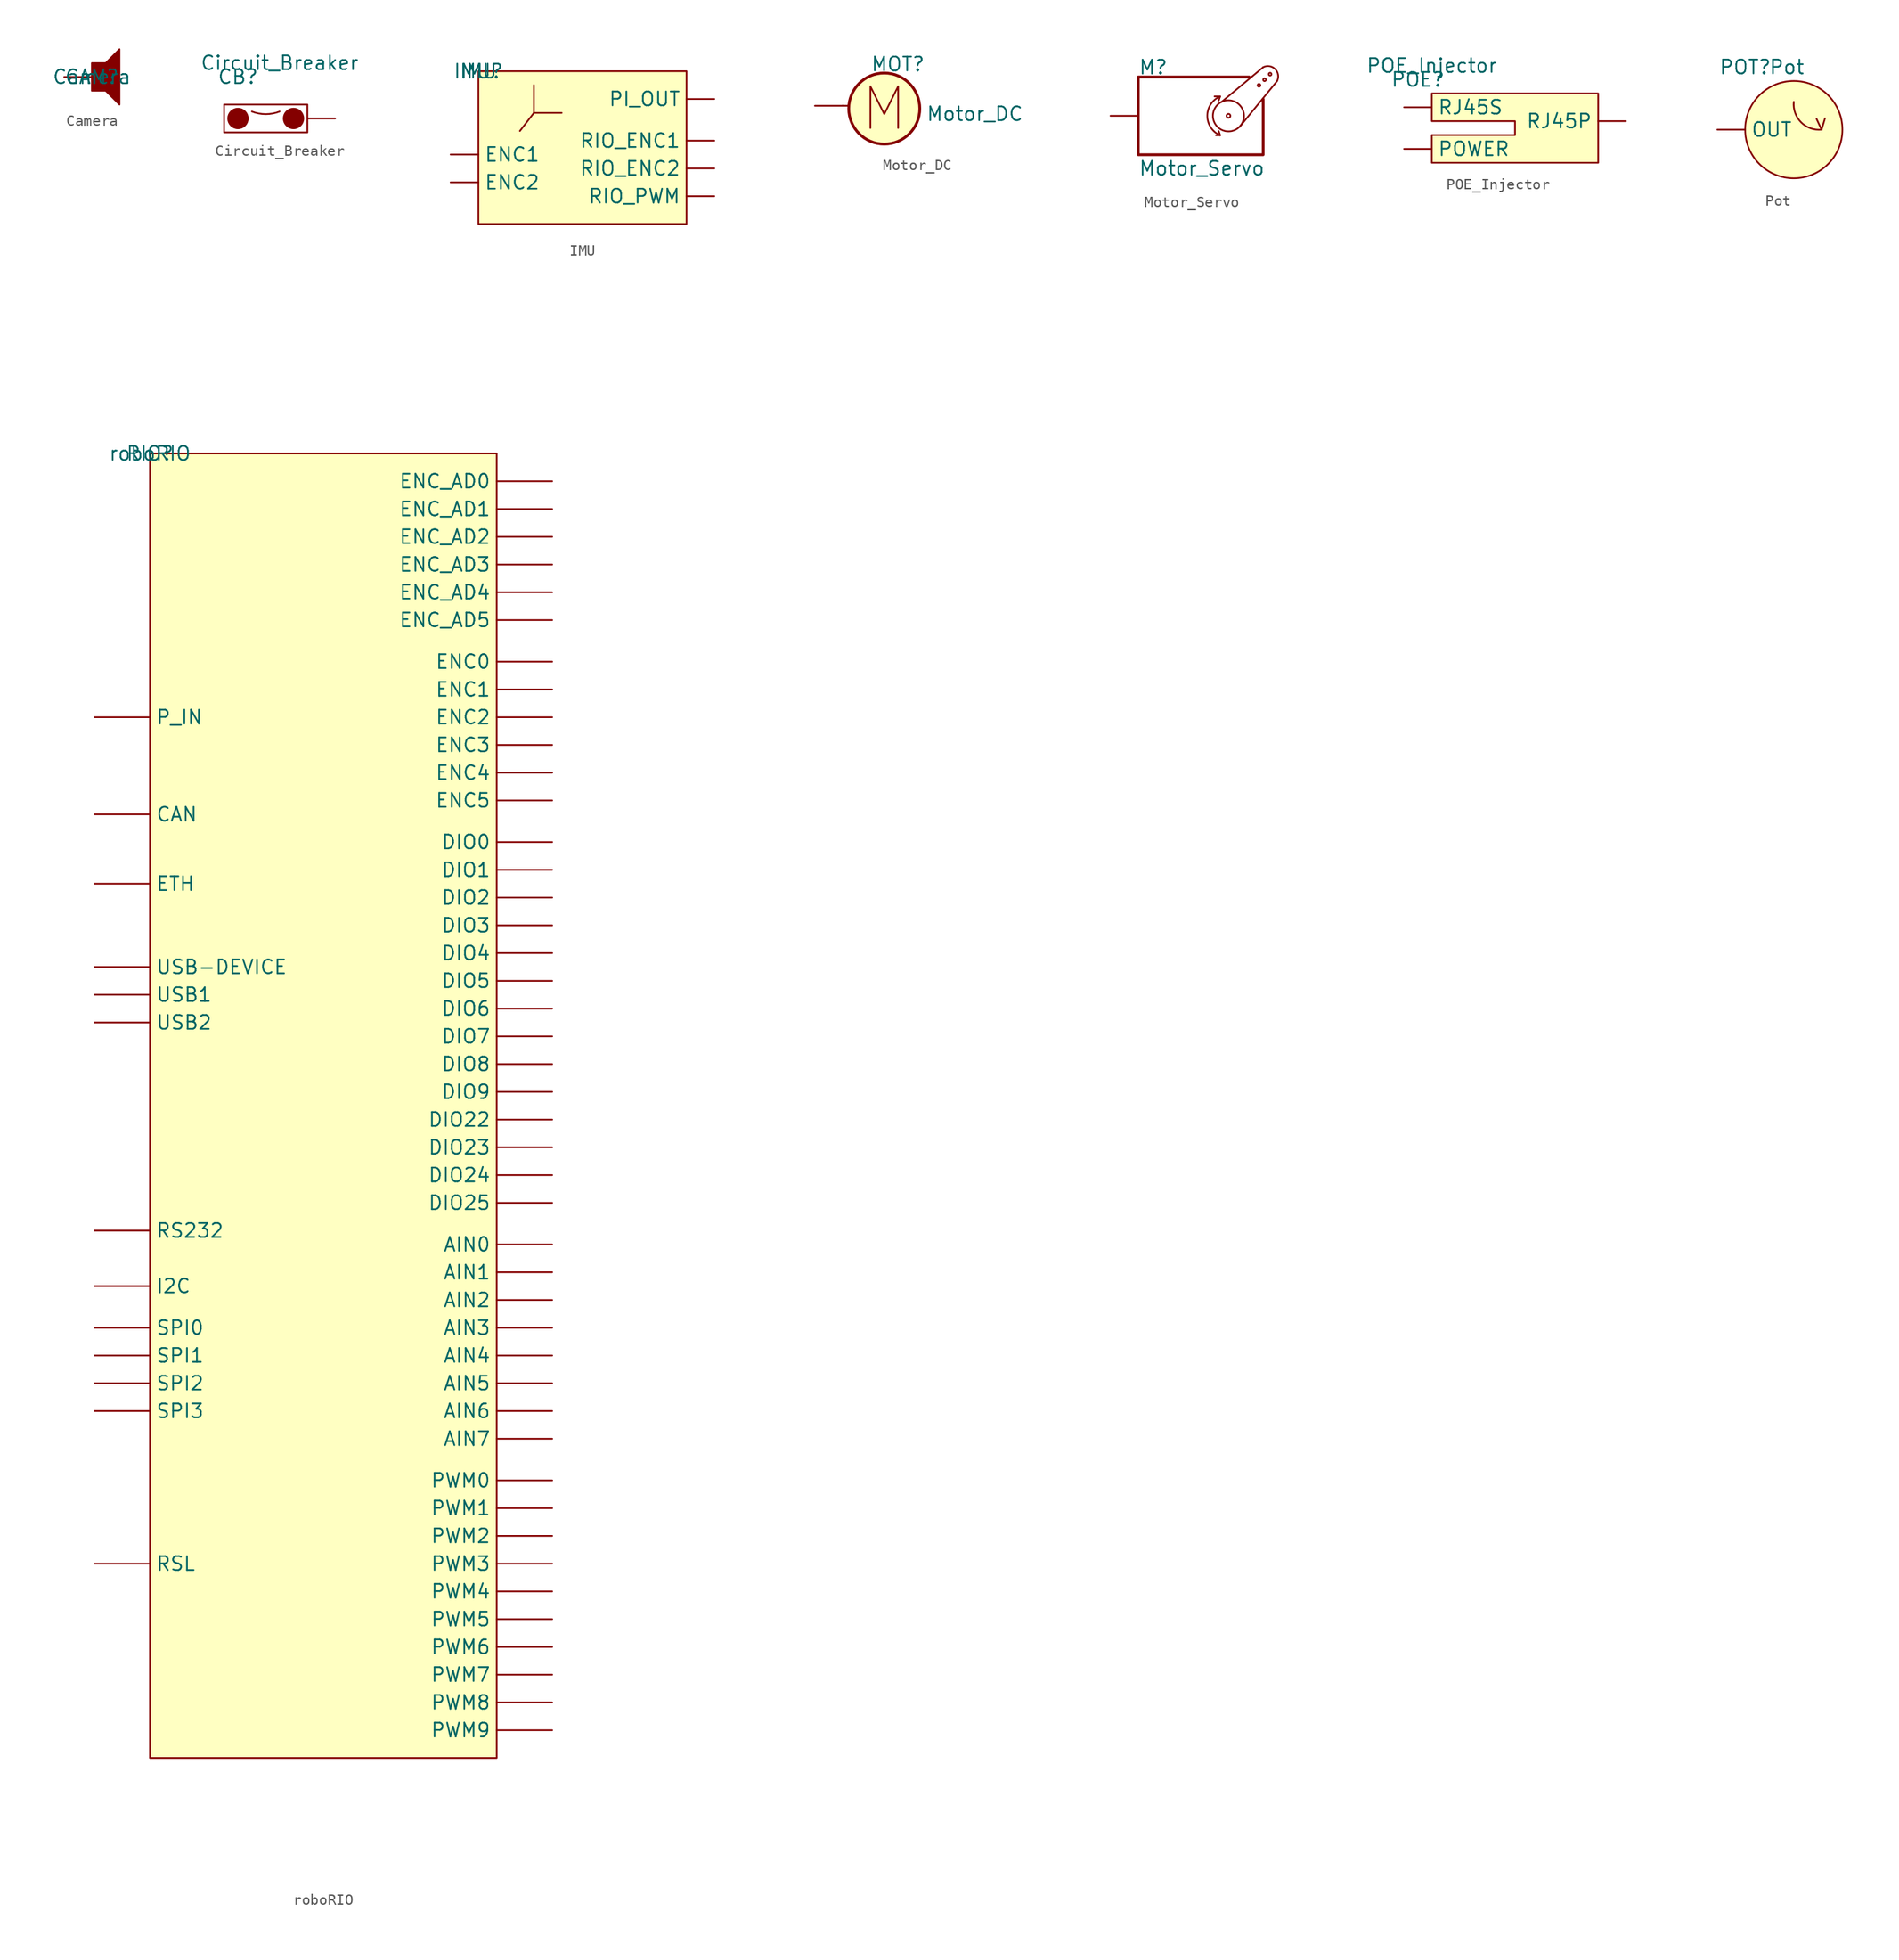
<source format=kicad_sym>
(kicad_symbol_lib
  (version 20211014)
  (generator kicad_symbol_editor)
  (symbol "Camera"
    (pin_numbers hide)
    (pin_names hide)
    (property "Reference" "CAM"
      (at 0 0 0)
      (effects (font (size 1.27 1.27))))
    (property "Value" "Camera"
      (at 0 0 0)
      (effects (font (size 1.27 1.27))))
    (symbol "Camera_0_1"
      (polyline (pts (xy 1.27 1.27) (xy 2.54 2.54) (xy 2.54 -2.54) (xy 1.27 -1.27)) (stroke (width 0) (type default) (color 0 0 0 0)) (fill (type outline)))
      (rectangle (start 0 1.27) (end 1.27 -1.27) (stroke (width 0) (type default) (color 0 0 0 0)) (fill (type outline))))
    (symbol "Camera_1_1"
      (pin input line (at -2.54 0 0) (length 2.54) (name "" (effects (font (size 1.27 1.27)))) (number "" (effects (font (size 1.27 1.27)))))))
  (symbol "Circuit_Breaker"
    (pin_numbers hide)
    (pin_names
      (offset 0) hide)
    (property "Reference" "CB"
      (at -3.81 3.81 0)
      (effects (font (size 1.27 1.27))))
    (property "Value" "Circuit_Breaker"
      (at 0 5.08 0)
      (effects (font (size 1.27 1.27))))
    (symbol "Circuit_Breaker_0_0"
      (pin unspecified line (at 5.08 0 180) (length 2.54) (name "CB" (effects (font (size 1.27 1.27)))) (number "CB" (effects (font (size 1.27 1.27))))))
    (symbol "Circuit_Breaker_0_1"
      (rectangle (start -5.08 1.27) (end 2.54 -1.27) (stroke (width 0) (type default) (color 0 0 0 0)) (fill (type none)))
      (circle (center -3.81 0) (radius 0.898) (stroke (width 0) (type default) (color 0 0 0 0)) (fill (type outline)))
      (arc (start -2.54 0.6351) (mid -1.27 -6.15) (end 0 0.6351) (stroke (width 0) (type default) (color 0 0 0 0)) (fill (type none)))
      (circle (center 1.27 0) (radius 0.898) (stroke (width 0) (type default) (color 0 0 0 0)) (fill (type outline)))))
  (symbol "IMU"
    (property "Reference" "IMU"
      (at 0 0 0)
      (effects (font (size 1.27 1.27))))
    (property "Value" "IMU"
      (at 0 0 0)
      (effects (font (size 1.27 1.27))))
    (symbol "IMU_0_0"
      (pin unspecified line (at -2.54 -7.62 0) (length 2.54) (name "ENC1" (effects (font (size 1.27 1.27)))) (number "" (effects (font (size 1.27 1.27)))))
      (pin unspecified line (at -2.54 -10.16 0) (length 2.54) (name "ENC2" (effects (font (size 1.27 1.27)))) (number "" (effects (font (size 1.27 1.27)))))
      (pin unspecified line (at 21.59 -2.54 180) (length 2.54) (name "PI_OUT" (effects (font (size 1.27 1.27)))) (number "" (effects (font (size 1.27 1.27)))))
      (pin unspecified line (at 21.59 -6.35 180) (length 2.54) (name "RIO_ENC1" (effects (font (size 1.27 1.27)))) (number "" (effects (font (size 1.27 1.27)))))
      (pin unspecified line (at 21.59 -8.89 180) (length 2.54) (name "RIO_ENC2" (effects (font (size 1.27 1.27)))) (number "" (effects (font (size 1.27 1.27)))))
      (pin unspecified line (at 21.59 -11.43 180) (length 2.54) (name "RIO_PWM" (effects (font (size 1.27 1.27)))) (number "" (effects (font (size 1.27 1.27))))))
    (symbol "IMU_0_1"
      (polyline (pts (xy 5.08 -3.81) (xy 3.799 -5.463)) (stroke (width 0) (type default) (color 0 0 0 0)) (fill (type none)))
      (polyline (pts (xy 5.08 -1.27) (xy 5.08 -3.81) (xy 7.62 -3.81)) (stroke (width 0) (type default) (color 0 0 0 0)) (fill (type none)))
      (rectangle (start 0 0) (end 19.05 -13.97) (stroke (width 0) (type default) (color 0 0 0 0)) (fill (type background)))))
  (symbol "Motor_DC"
    (pin_names
      (offset 0))
    (property "Reference" "MOT"
      (at -1.27 2.54 0)
      (effects (font (size 1.27 1.27)) (justify left)))
    (property "Value" "Motor_DC"
      (at 3.81 -1.27 0)
      (effects (font (size 1.27 1.27)) (justify left top)))
    (symbol "Motor_DC_0_0"
      (polyline (pts (xy -1.27 -3.302) (xy -1.27 0.508) (xy 0 -2.032) (xy 1.27 0.508) (xy 1.27 -3.302)) (stroke (width 0) (type default) (color 0 0 0 0)) (fill (type none))))
    (symbol "Motor_DC_0_1"
      (circle (center 0 -1.524) (radius 3.251) (stroke (width 0.254) (type default) (color 0 0 0 0)) (fill (type background)))
      (polyline (pts (xy -3.81 -1.27) (xy -3.302 -1.27)) (stroke (width 0) (type default) (color 0 0 0 0)) (fill (type none))))
    (symbol "Motor_DC_1_1"
      (pin passive line (at -6.35 -1.27 0) (length 2.54) (name "" (effects (font (size 1.27 1.27)))) (number "" (effects (font (size 1.27 1.27)))))))
  (symbol "Motor_Servo"
    (pin_names
      (offset 0.025))
    (property "Reference" "M"
      (at -5.08 4.445 0)
      (effects (font (size 1.27 1.27)) (justify left)))
    (property "Value" "Motor_Servo"
      (at -5.08 -4.064 0)
      (effects (font (size 1.27 1.27)) (justify left top)))
    (symbol "Motor_Servo_0_1"
      (polyline (pts (xy 2.413 -1.778) (xy 2.032 -1.778)) (stroke (width 0) (type default) (color 0 0 0 0)) (fill (type none)))
      (polyline (pts (xy 2.413 -1.778) (xy 2.286 -1.397)) (stroke (width 0) (type default) (color 0 0 0 0)) (fill (type none)))
      (polyline (pts (xy 2.413 1.778) (xy 1.905 1.778)) (stroke (width 0) (type default) (color 0 0 0 0)) (fill (type none)))
      (polyline (pts (xy 2.413 1.778) (xy 2.286 1.397)) (stroke (width 0) (type default) (color 0 0 0 0)) (fill (type none)))
      (polyline (pts (xy 6.35 4.445) (xy 2.54 1.27)) (stroke (width 0) (type default) (color 0 0 0 0)) (fill (type none)))
      (polyline (pts (xy 7.62 3.175) (xy 4.191 -1.016)) (stroke (width 0) (type default) (color 0 0 0 0)) (fill (type none)))
      (polyline (pts (xy 5.08 3.556) (xy -5.08 3.556) (xy -5.08 -3.556) (xy 6.35 -3.556) (xy 6.35 1.524)) (stroke (width 0.254) (type default) (color 0 0 0 0)) (fill (type none)))
      (arc (start 2.413 1.778) (mid 1.2406 0) (end 2.413 -1.778) (stroke (width 0) (type default) (color 0 0 0 0)) (fill (type none)))
      (circle (center 3.175 0) (radius 0.178) (stroke (width 0) (type default) (color 0 0 0 0)) (fill (type none)))
      (circle (center 3.175 0) (radius 1.422) (stroke (width 0) (type default) (color 0 0 0 0)) (fill (type none)))
      (circle (center 5.969 2.794) (radius 0.127) (stroke (width 0) (type default) (color 0 0 0 0)) (fill (type none)))
      (circle (center 6.477 3.302) (radius 0.127) (stroke (width 0) (type default) (color 0 0 0 0)) (fill (type none)))
      (circle (center 6.985 3.81) (radius 0.127) (stroke (width 0) (type default) (color 0 0 0 0)) (fill (type none)))
      (arc (start 7.62 3.175) (mid 7.4485 4.2735) (end 6.35 4.445) (stroke (width 0) (type default) (color 0 0 0 0)) (fill (type none))))
    (symbol "Motor_Servo_1_1"
      (pin passive line (at -7.62 0 0) (length 2.54) (name "" (effects (font (size 1.27 1.27)))) (number "" (effects (font (size 1.27 1.27)))))))
  (symbol "POE_Injector"
    (property "Reference" "POE"
      (at -1.27 1.27 0)
      (effects (font (size 1.27 1.27))))
    (property "Value" "POE_Injector"
      (at 0 2.54 0)
      (effects (font (size 1.27 1.27))))
    (symbol "POE_Injector_0_0"
      (pin unspecified line (at -2.54 -5.08 0) (length 2.54) (name "POWER" (effects (font (size 1.27 1.27)))) (number "" (effects (font (size 1.27 1.27)))))
      (pin unspecified line (at 17.78 -2.54 180) (length 2.54) (name "RJ45P" (effects (font (size 1.27 1.27)))) (number "" (effects (font (size 1.27 1.27)))))
      (pin unspecified line (at -2.54 -1.27 0) (length 2.54) (name "RJ45S" (effects (font (size 1.27 1.27)))) (number "" (effects (font (size 1.27 1.27))))))
    (symbol "POE_Injector_0_1"
      (polyline (pts (xy 15.24 0) (xy 0 0) (xy 0 -2.54) (xy 7.62 -2.54) (xy 7.62 -3.81) (xy 0 -3.81) (xy 0 -6.35) (xy 15.24 -6.35) (xy 15.24 0)) (stroke (width 0) (type default) (color 0 0 0 0)) (fill (type background)))))
  (symbol "Pot"
    (property "Reference" "POT"
      (at 0 0 0)
      (effects (font (size 1.27 1.27))))
    (property "Value" "Pot"
      (at 3.81 0 0)
      (effects (font (size 1.27 1.27))))
    (symbol "Pot_0_1"
      (polyline (pts (xy 6.985 -5.715) (xy 6.527 -4.734)) (stroke (width 0) (type default) (color 0 0 0 0)) (fill (type none)))
      (polyline (pts (xy 6.985 -5.715) (xy 7.298 -4.684)) (stroke (width 0) (type default) (color 0 0 0 0)) (fill (type none)))
      (circle (center 4.445 -5.715) (radius 4.445) (stroke (width 0) (type default) (color 0 0 0 0)) (fill (type background)))
      (arc (start 4.445 -3.175) (mid 3.032 -7.128) (end 6.985 -5.715) (stroke (width 0) (type default) (color 0 0 0 0)) (fill (type none))))
    (symbol "Pot_1_1"
      (pin input line (at -2.54 -5.715 0) (length 2.54) (name "OUT" (effects (font (size 1.27 1.27)))) (number "" (effects (font (size 1.27 1.27)))))))
  (symbol "roboRIO"
    (pin_numbers hide)
    (property "Reference" "RIO"
      (at 0 0 0)
      (effects (font (size 1.27 1.27))))
    (property "Value" "roboRIO"
      (at 0 0 0)
      (effects (font (size 1.27 1.27))))
    (symbol "roboRIO_0_0"
      (pin unspecified line (at 36.83 -72.39 180) (length 5.08) (name "AIN0" (effects (font (size 1.27 1.27)))) (number "AIN0" (effects (font (size 1.27 1.27)))))
      (pin unspecified line (at 36.83 -74.93 180) (length 5.08) (name "AIN1" (effects (font (size 1.27 1.27)))) (number "AIN1" (effects (font (size 1.27 1.27)))))
      (pin unspecified line (at 36.83 -77.47 180) (length 5.08) (name "AIN2" (effects (font (size 1.27 1.27)))) (number "AIN2" (effects (font (size 1.27 1.27)))))
      (pin unspecified line (at 36.83 -80.01 180) (length 5.08) (name "AIN3" (effects (font (size 1.27 1.27)))) (number "AIN3" (effects (font (size 1.27 1.27)))))
      (pin unspecified line (at 36.83 -82.55 180) (length 5.08) (name "AIN4" (effects (font (size 1.27 1.27)))) (number "AIN4" (effects (font (size 1.27 1.27)))))
      (pin unspecified line (at 36.83 -85.09 180) (length 5.08) (name "AIN5" (effects (font (size 1.27 1.27)))) (number "AIN5" (effects (font (size 1.27 1.27)))))
      (pin unspecified line (at 36.83 -87.63 180) (length 5.08) (name "AIN6" (effects (font (size 1.27 1.27)))) (number "AIN6" (effects (font (size 1.27 1.27)))))
      (pin unspecified line (at 36.83 -90.17 180) (length 5.08) (name "AIN7" (effects (font (size 1.27 1.27)))) (number "AIN7" (effects (font (size 1.27 1.27)))))
      (pin unspecified line (at -5.08 -33.02 0) (length 5.08) (name "CAN" (effects (font (size 1.27 1.27)))) (number "CAN" (effects (font (size 1.27 1.27)))))
      (pin unspecified line (at 36.83 -35.56 180) (length 5.08) (name "DIO0" (effects (font (size 1.27 1.27)))) (number "DIO0" (effects (font (size 1.27 1.27)))))
      (pin unspecified line (at 36.83 -38.1 180) (length 5.08) (name "DIO1" (effects (font (size 1.27 1.27)))) (number "DIO1" (effects (font (size 1.27 1.27)))))
      (pin unspecified line (at 36.83 -40.64 180) (length 5.08) (name "DIO2" (effects (font (size 1.27 1.27)))) (number "DIO2" (effects (font (size 1.27 1.27)))))
      (pin unspecified line (at 36.83 -60.96 180) (length 5.08) (name "DIO22" (effects (font (size 1.27 1.27)))) (number "DIO22" (effects (font (size 1.27 1.27)))))
      (pin unspecified line (at 36.83 -63.5 180) (length 5.08) (name "DIO23" (effects (font (size 1.27 1.27)))) (number "DIO23" (effects (font (size 1.27 1.27)))))
      (pin unspecified line (at 36.83 -66.04 180) (length 5.08) (name "DIO24" (effects (font (size 1.27 1.27)))) (number "DIO24" (effects (font (size 1.27 1.27)))))
      (pin unspecified line (at 36.83 -68.58 180) (length 5.08) (name "DIO25" (effects (font (size 1.27 1.27)))) (number "DIO25" (effects (font (size 1.27 1.27)))))
      (pin unspecified line (at 36.83 -43.18 180) (length 5.08) (name "DIO3" (effects (font (size 1.27 1.27)))) (number "DIO3" (effects (font (size 1.27 1.27)))))
      (pin unspecified line (at 36.83 -45.72 180) (length 5.08) (name "DIO4" (effects (font (size 1.27 1.27)))) (number "DIO4" (effects (font (size 1.27 1.27)))))
      (pin unspecified line (at 36.83 -48.26 180) (length 5.08) (name "DIO5" (effects (font (size 1.27 1.27)))) (number "DIO5" (effects (font (size 1.27 1.27)))))
      (pin unspecified line (at 36.83 -50.8 180) (length 5.08) (name "DIO6" (effects (font (size 1.27 1.27)))) (number "DIO6" (effects (font (size 1.27 1.27)))))
      (pin unspecified line (at 36.83 -53.34 180) (length 5.08) (name "DIO7" (effects (font (size 1.27 1.27)))) (number "DIO7" (effects (font (size 1.27 1.27)))))
      (pin unspecified line (at 36.83 -55.88 180) (length 5.08) (name "DIO8" (effects (font (size 1.27 1.27)))) (number "DIO8" (effects (font (size 1.27 1.27)))))
      (pin unspecified line (at 36.83 -58.42 180) (length 5.08) (name "DIO9" (effects (font (size 1.27 1.27)))) (number "DIO9" (effects (font (size 1.27 1.27)))))
      (pin unspecified line (at 36.83 -19.05 180) (length 5.08) (name "ENC0" (effects (font (size 1.27 1.27)))) (number "ENC0" (effects (font (size 1.27 1.27)))))
      (pin unspecified line (at 36.83 -21.59 180) (length 5.08) (name "ENC1" (effects (font (size 1.27 1.27)))) (number "ENC1" (effects (font (size 1.27 1.27)))))
      (pin unspecified line (at 36.83 -24.13 180) (length 5.08) (name "ENC2" (effects (font (size 1.27 1.27)))) (number "ENC2" (effects (font (size 1.27 1.27)))))
      (pin unspecified line (at 36.83 -26.67 180) (length 5.08) (name "ENC3" (effects (font (size 1.27 1.27)))) (number "ENC3" (effects (font (size 1.27 1.27)))))
      (pin unspecified line (at 36.83 -29.21 180) (length 5.08) (name "ENC4" (effects (font (size 1.27 1.27)))) (number "ENC4" (effects (font (size 1.27 1.27)))))
      (pin unspecified line (at 36.83 -31.75 180) (length 5.08) (name "ENC5" (effects (font (size 1.27 1.27)))) (number "ENC5" (effects (font (size 1.27 1.27)))))
      (pin unspecified line (at 36.83 -2.54 180) (length 5.08) (name "ENC_AD0" (effects (font (size 1.27 1.27)))) (number "ENC_AD0" (effects (font (size 1.27 1.27)))))
      (pin unspecified line (at 36.83 -5.08 180) (length 5.08) (name "ENC_AD1" (effects (font (size 1.27 1.27)))) (number "ENC_AD1" (effects (font (size 1.27 1.27)))))
      (pin unspecified line (at 36.83 -7.62 180) (length 5.08) (name "ENC_AD2" (effects (font (size 1.27 1.27)))) (number "ENC_AD2" (effects (font (size 1.27 1.27)))))
      (pin unspecified line (at 36.83 -10.16 180) (length 5.08) (name "ENC_AD3" (effects (font (size 1.27 1.27)))) (number "ENC_AD3" (effects (font (size 1.27 1.27)))))
      (pin unspecified line (at 36.83 -12.7 180) (length 5.08) (name "ENC_AD4" (effects (font (size 1.27 1.27)))) (number "ENC_AD4" (effects (font (size 1.27 1.27)))))
      (pin unspecified line (at 36.83 -15.24 180) (length 5.08) (name "ENC_AD5" (effects (font (size 1.27 1.27)))) (number "ENC_AD5" (effects (font (size 1.27 1.27)))))
      (pin unspecified line (at -5.08 -39.37 0) (length 5.08) (name "ETH" (effects (font (size 1.27 1.27)))) (number "ETH" (effects (font (size 1.27 1.27)))))
      (pin unspecified line (at -5.08 -76.2 0) (length 5.08) (name "I2C" (effects (font (size 1.27 1.27)))) (number "I2C" (effects (font (size 1.27 1.27)))))
      (pin unspecified line (at -5.08 -24.13 0) (length 5.08) (name "P_IN" (effects (font (size 1.27 1.27)))) (number "INPUT_V" (effects (font (size 1.27 1.27)))))
      (pin unspecified line (at 36.83 -93.98 180) (length 5.08) (name "PWM0" (effects (font (size 1.27 1.27)))) (number "PWM0" (effects (font (size 1.27 1.27)))))
      (pin unspecified line (at 36.83 -96.52 180) (length 5.08) (name "PWM1" (effects (font (size 1.27 1.27)))) (number "PWM1" (effects (font (size 1.27 1.27)))))
      (pin unspecified line (at 36.83 -99.06 180) (length 5.08) (name "PWM2" (effects (font (size 1.27 1.27)))) (number "PWM2" (effects (font (size 1.27 1.27)))))
      (pin unspecified line (at 36.83 -101.6 180) (length 5.08) (name "PWM3" (effects (font (size 1.27 1.27)))) (number "PWM3" (effects (font (size 1.27 1.27)))))
      (pin unspecified line (at 36.83 -104.14 180) (length 5.08) (name "PWM4" (effects (font (size 1.27 1.27)))) (number "PWM4" (effects (font (size 1.27 1.27)))))
      (pin unspecified line (at 36.83 -106.68 180) (length 5.08) (name "PWM5" (effects (font (size 1.27 1.27)))) (number "PWM5" (effects (font (size 1.27 1.27)))))
      (pin unspecified line (at 36.83 -109.22 180) (length 5.08) (name "PWM6" (effects (font (size 1.27 1.27)))) (number "PWM6" (effects (font (size 1.27 1.27)))))
      (pin unspecified line (at 36.83 -111.76 180) (length 5.08) (name "PWM7" (effects (font (size 1.27 1.27)))) (number "PWM7" (effects (font (size 1.27 1.27)))))
      (pin unspecified line (at 36.83 -114.3 180) (length 5.08) (name "PWM8" (effects (font (size 1.27 1.27)))) (number "PWM8" (effects (font (size 1.27 1.27)))))
      (pin unspecified line (at 36.83 -116.84 180) (length 5.08) (name "PWM9" (effects (font (size 1.27 1.27)))) (number "PWM9" (effects (font (size 1.27 1.27)))))
      (pin unspecified line (at -5.08 -71.12 0) (length 5.08) (name "RS232" (effects (font (size 1.27 1.27)))) (number "RS232" (effects (font (size 1.27 1.27)))))
      (pin unspecified line (at -5.08 -101.6 0) (length 5.08) (name "RSL" (effects (font (size 1.27 1.27)))) (number "RSL" (effects (font (size 1.27 1.27)))))
      (pin unspecified line (at -5.08 -80.01 0) (length 5.08) (name "SPI0" (effects (font (size 1.27 1.27)))) (number "SPI0" (effects (font (size 1.27 1.27)))))
      (pin unspecified line (at -5.08 -82.55 0) (length 5.08) (name "SPI1" (effects (font (size 1.27 1.27)))) (number "SPI1" (effects (font (size 1.27 1.27)))))
      (pin unspecified line (at -5.08 -85.09 0) (length 5.08) (name "SPI2" (effects (font (size 1.27 1.27)))) (number "SPI2" (effects (font (size 1.27 1.27)))))
      (pin unspecified line (at -5.08 -87.63 0) (length 5.08) (name "SPI3" (effects (font (size 1.27 1.27)))) (number "SPI3" (effects (font (size 1.27 1.27)))))
      (pin unspecified line (at -5.08 -46.99 0) (length 5.08) (name "USB-DEVICE" (effects (font (size 1.27 1.27)))) (number "USB-DEVICE" (effects (font (size 1.27 1.27)))))
      (pin unspecified line (at -5.08 -49.53 0) (length 5.08) (name "USB1" (effects (font (size 1.27 1.27)))) (number "USB1" (effects (font (size 1.27 1.27)))))
      (pin unspecified line (at -5.08 -52.07 0) (length 5.08) (name "USB2" (effects (font (size 1.27 1.27)))) (number "USB2" (effects (font (size 1.27 1.27))))))
    (symbol "roboRIO_0_1"
      (rectangle (start 0 0) (end 31.75 -119.38) (stroke (width 0) (type default) (color 0 0 0 0)) (fill (type background))))))
</source>
